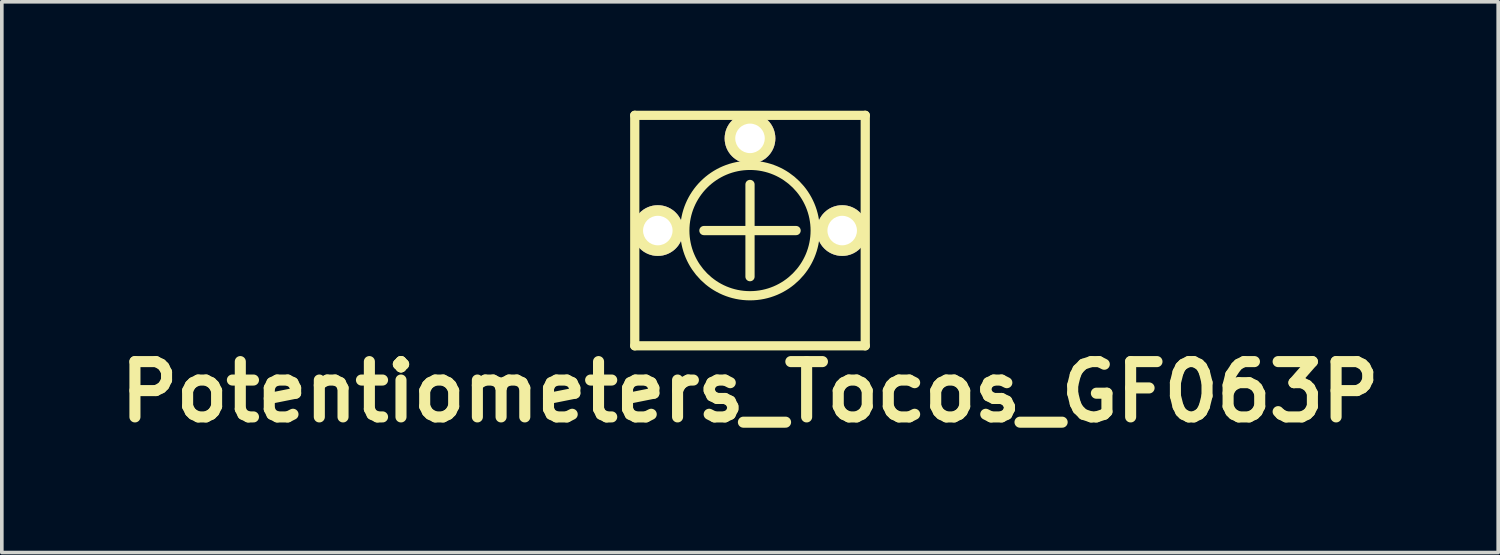
<source format=kicad_pcb>
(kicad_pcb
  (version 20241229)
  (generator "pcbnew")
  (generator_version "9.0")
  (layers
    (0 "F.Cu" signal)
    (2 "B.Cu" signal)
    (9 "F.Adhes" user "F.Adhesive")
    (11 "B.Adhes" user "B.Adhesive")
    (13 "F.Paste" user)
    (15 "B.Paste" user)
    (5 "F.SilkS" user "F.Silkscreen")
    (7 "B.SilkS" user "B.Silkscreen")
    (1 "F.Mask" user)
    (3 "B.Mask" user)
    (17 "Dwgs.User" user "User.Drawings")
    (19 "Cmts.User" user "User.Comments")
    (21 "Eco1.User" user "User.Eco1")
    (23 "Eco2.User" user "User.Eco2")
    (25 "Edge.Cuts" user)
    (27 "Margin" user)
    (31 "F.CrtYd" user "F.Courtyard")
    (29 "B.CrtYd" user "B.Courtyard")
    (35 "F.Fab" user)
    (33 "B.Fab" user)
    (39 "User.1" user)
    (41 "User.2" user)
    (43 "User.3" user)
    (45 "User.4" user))
  (footprint "Potentiometers_Tocos_GF063P"
    (layer "F.Cu")
    (at 17.613 2.032)
    (property "Reference" "Potentiometers_Tocos_GF063P" (at 0 5.715 0) (layer "F.SilkS") (effects (font (size 1.524 1.524) (thickness 0.305))))
    (attr through_hole)
    (fp_line (start -3.175 -1.905) (end -3.175 4.445) (stroke (width 0.254) (type solid)) (layer "F.SilkS"))
    (fp_line (start -3.175 4.445) (end 3.175 4.445) (stroke (width 0.254) (type solid)) (layer "F.SilkS"))
    (fp_line (start -1.27 1.27) (end 1.27 1.27) (stroke (width 0.254) (type solid)) (layer "F.SilkS"))
    (fp_line (start 0 0) (end 0 2.54) (stroke (width 0.254) (type solid)) (layer "F.SilkS"))
    (fp_line (start 3.175 -1.905) (end -3.175 -1.905) (stroke (width 0.254) (type solid)) (layer "F.SilkS"))
    (fp_line (start 3.175 4.445) (end 3.175 -1.905) (stroke (width 0.254) (type solid)) (layer "F.SilkS"))
    (fp_circle (center 0 1.27) (end 1.27 2.54) (stroke (width 0.254) (type solid)) (fill no) (layer "F.SilkS"))
    (pad "1" thru_hole circle (at -2.54 1.27) (size 1.397 1.397) (drill 0.813) (layers "*.Cu" "*.Mask" "F.SilkS"))
    (pad "2" thru_hole circle (at 0 -1.27) (size 1.397 1.397) (drill 0.813) (layers "*.Cu" "*.Mask" "F.SilkS"))
    (pad "3" thru_hole circle (at 2.54 1.27) (size 1.397 1.397) (drill 0.813) (layers "*.Cu" "*.Mask" "F.SilkS")))
  (gr_rect
    (start -3 -3)
    (end 38.226 12.173)
    (stroke (width 0.1) (type default))
    (fill no)
    (layer "Edge.Cuts")))
</source>
